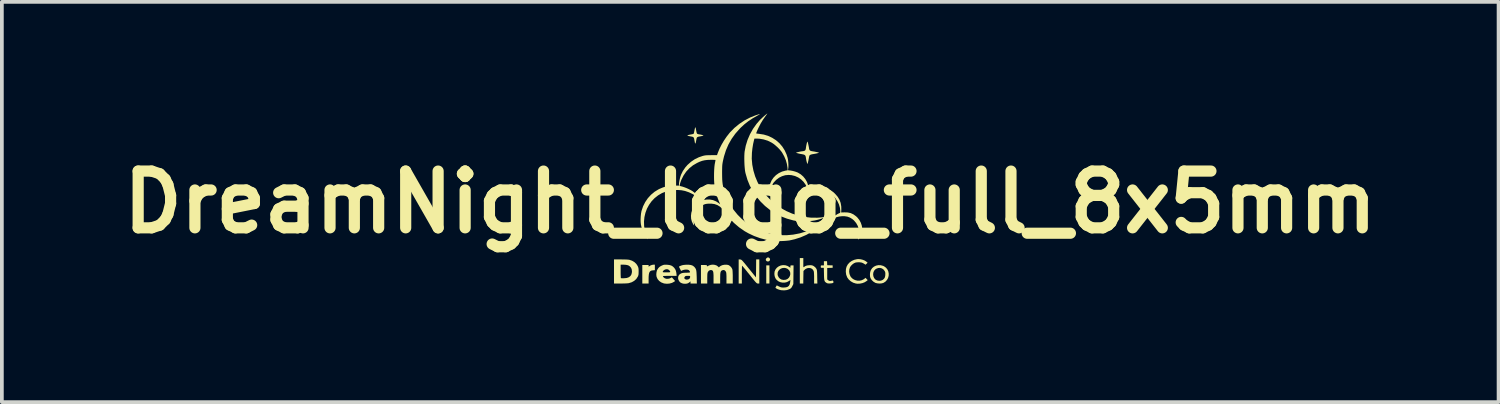
<source format=kicad_pcb>
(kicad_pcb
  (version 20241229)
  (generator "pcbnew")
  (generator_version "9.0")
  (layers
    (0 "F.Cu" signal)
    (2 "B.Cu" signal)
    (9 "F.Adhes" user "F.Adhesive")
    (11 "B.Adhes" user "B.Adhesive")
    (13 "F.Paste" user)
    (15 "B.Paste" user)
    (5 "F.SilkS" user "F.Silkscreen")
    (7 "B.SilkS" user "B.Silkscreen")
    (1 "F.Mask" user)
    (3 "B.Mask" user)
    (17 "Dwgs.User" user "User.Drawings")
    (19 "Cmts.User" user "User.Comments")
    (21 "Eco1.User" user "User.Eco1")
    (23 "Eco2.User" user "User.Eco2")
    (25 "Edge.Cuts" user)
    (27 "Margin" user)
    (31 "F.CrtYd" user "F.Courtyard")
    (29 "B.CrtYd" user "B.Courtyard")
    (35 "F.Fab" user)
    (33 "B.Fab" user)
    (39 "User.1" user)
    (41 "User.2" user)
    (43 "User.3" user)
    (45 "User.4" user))
  (footprint "DreamNight_logo_full_8x5mm"
    (layer "F.Cu")
    (at 17.098 2.379)
    (property "Reference" "DreamNight_logo_full_8x5mm" (at 0 0 0) (layer "F.SilkS") (effects (font (size 1.524 1.524) (thickness 0.3))))
    (attr board_only exclude_from_pos_files exclude_from_bom)
    (fp_poly (pts (xy 0.516 2.185) (xy 0.431 2.185) (xy 0.431 1.698) (xy 0.516 1.698)) (stroke (width 0) (type solid)) (fill yes) (layer "F.SilkS"))
    (fp_poly (pts (xy 0.516 1.501) (xy 0.532 1.527) (xy 0.531 1.554) (xy 0.52 1.574) (xy 0.498 1.59) (xy 0.47 1.594) (xy 0.442 1.585) (xy 0.439 1.583) (xy 0.42 1.558) (xy 0.419 1.532) (xy 0.435 1.506) (xy 0.464 1.486) (xy 0.491 1.485)) (stroke (width 0) (type solid)) (fill yes) (layer "F.SilkS"))
    (fp_poly (pts (xy -2.561 1.827) (xy -2.613 1.831) (xy -2.65 1.837) (xy -2.678 1.849) (xy -2.699 1.87) (xy -2.714 1.901) (xy -2.723 1.944) (xy -2.728 2.002) (xy -2.729 2.071) (xy -2.729 2.185) (xy -2.898 2.185) (xy -2.898 1.688) (xy -2.729 1.688) (xy -2.729 1.713) (xy -2.728 1.73) (xy -2.722 1.731) (xy -2.713 1.723) (xy -2.681 1.702) (xy -2.64 1.686) (xy -2.599 1.679) (xy -2.594 1.679) (xy -2.561 1.679)) (stroke (width 0) (type solid)) (fill yes) (layer "F.SilkS"))
    (fp_poly (pts (xy -0.27 1.54) (xy -0.259 1.541) (xy -0.249 1.543) (xy -0.239 1.549) (xy -0.226 1.558) (xy -0.211 1.573) (xy -0.19 1.596) (xy -0.164 1.627) (xy -0.129 1.669) (xy -0.086 1.722) (xy -0.038 1.782) (xy 0.155 2.021) (xy 0.16 1.538) (xy 0.244 1.538) (xy 0.244 2.185) (xy 0.208 2.185) (xy 0.198 2.185) (xy 0.189 2.183) (xy 0.179 2.178) (xy 0.167 2.169) (xy 0.151 2.153) (xy 0.13 2.13) (xy 0.103 2.097) (xy 0.068 2.055) (xy 0.024 2) (xy -0.019 1.946) (xy -0.066 1.889) (xy -0.108 1.836) (xy -0.146 1.79) (xy -0.177 1.753) (xy -0.201 1.725) (xy -0.215 1.71) (xy -0.218 1.707) (xy -0.22 1.716) (xy -0.222 1.741) (xy -0.223 1.78) (xy -0.224 1.831) (xy -0.225 1.89) (xy -0.225 1.946) (xy -0.225 2.185) (xy -0.31 2.185) (xy -0.31 1.537)) (stroke (width 0) (type solid)) (fill yes) (layer "F.SilkS"))
    (fp_poly (pts (xy 2.068 1.693) (xy 2.141 1.696) (xy 2.214 1.698) (xy 2.214 1.763) (xy 2.141 1.765) (xy 2.068 1.768) (xy 2.068 2.075) (xy 2.096 2.098) (xy 2.12 2.113) (xy 2.148 2.117) (xy 2.185 2.111) (xy 2.2 2.106) (xy 2.216 2.106) (xy 2.228 2.119) (xy 2.231 2.125) (xy 2.237 2.149) (xy 2.23 2.165) (xy 2.207 2.176) (xy 2.168 2.182) (xy 2.145 2.183) (xy 2.106 2.184) (xy 2.078 2.181) (xy 2.057 2.173) (xy 2.048 2.168) (xy 2.026 2.153) (xy 2.01 2.138) (xy 1.999 2.12) (xy 1.991 2.095) (xy 1.986 2.061) (xy 1.983 2.016) (xy 1.981 1.955) (xy 1.981 1.93) (xy 1.977 1.763) (xy 1.936 1.763) (xy 1.91 1.763) (xy 1.898 1.758) (xy 1.895 1.744) (xy 1.895 1.731) (xy 1.896 1.71) (xy 1.902 1.701) (xy 1.918 1.698) (xy 1.937 1.698) (xy 1.979 1.698) (xy 1.979 1.585) (xy 2.063 1.585)) (stroke (width 0) (type solid)) (fill yes) (layer "F.SilkS"))
    (fp_poly (pts (xy 1.426 1.629) (xy 1.426 1.68) (xy 1.426 1.715) (xy 1.428 1.736) (xy 1.431 1.746) (xy 1.435 1.747) (xy 1.442 1.743) (xy 1.442 1.743) (xy 1.482 1.715) (xy 1.529 1.7) (xy 1.587 1.694) (xy 1.595 1.694) (xy 1.635 1.694) (xy 1.664 1.698) (xy 1.688 1.708) (xy 1.707 1.718) (xy 1.747 1.75) (xy 1.773 1.784) (xy 1.781 1.799) (xy 1.787 1.813) (xy 1.791 1.831) (xy 1.794 1.855) (xy 1.796 1.887) (xy 1.798 1.931) (xy 1.799 1.991) (xy 1.799 2.005) (xy 1.803 2.185) (xy 1.716 2.185) (xy 1.716 2.042) (xy 1.716 1.989) (xy 1.714 1.94) (xy 1.712 1.899) (xy 1.709 1.87) (xy 1.708 1.863) (xy 1.69 1.822) (xy 1.659 1.791) (xy 1.621 1.773) (xy 1.577 1.767) (xy 1.531 1.774) (xy 1.488 1.794) (xy 1.464 1.814) (xy 1.43 1.848) (xy 1.427 2.017) (xy 1.425 2.185) (xy 1.332 2.185) (xy 1.332 1.501) (xy 1.426 1.501)) (stroke (width 0) (type solid)) (fill yes) (layer "F.SilkS"))
    (fp_poly (pts (xy 2.967 1.534) (xy 3.023 1.548) (xy 3.075 1.569) (xy 3.115 1.594) (xy 3.118 1.597) (xy 3.153 1.627) (xy 3.098 1.68) (xy 3.049 1.649) (xy 3.015 1.631) (xy 2.984 1.621) (xy 2.946 1.616) (xy 2.934 1.615) (xy 2.894 1.615) (xy 2.853 1.618) (xy 2.827 1.623) (xy 2.786 1.641) (xy 2.744 1.672) (xy 2.706 1.71) (xy 2.681 1.747) (xy 2.662 1.805) (xy 2.657 1.868) (xy 2.667 1.931) (xy 2.69 1.989) (xy 2.711 2.019) (xy 2.758 2.063) (xy 2.814 2.092) (xy 2.876 2.108) (xy 2.939 2.109) (xy 2.999 2.096) (xy 3.055 2.067) (xy 3.068 2.056) (xy 3.097 2.032) (xy 3.126 2.063) (xy 3.156 2.093) (xy 3.123 2.12) (xy 3.074 2.151) (xy 3.014 2.174) (xy 2.947 2.188) (xy 2.881 2.191) (xy 2.835 2.185) (xy 2.765 2.163) (xy 2.701 2.126) (xy 2.647 2.079) (xy 2.607 2.024) (xy 2.603 2.016) (xy 2.577 1.947) (xy 2.567 1.871) (xy 2.571 1.795) (xy 2.588 1.732) (xy 2.621 1.672) (xy 2.668 1.62) (xy 2.728 1.578) (xy 2.796 1.548) (xy 2.87 1.531) (xy 2.913 1.529)) (stroke (width 0) (type solid)) (fill yes) (layer "F.SilkS"))
    (fp_poly (pts (xy -1.467 -2.001) (xy -1.461 -1.976) (xy -1.455 -1.943) (xy -1.454 -1.939) (xy -1.446 -1.893) (xy -1.438 -1.861) (xy -1.429 -1.842) (xy -1.416 -1.831) (xy -1.398 -1.826) (xy -1.391 -1.824) (xy -1.338 -1.815) (xy -1.297 -1.806) (xy -1.269 -1.798) (xy -1.257 -1.792) (xy -1.257 -1.791) (xy -1.265 -1.785) (xy -1.287 -1.779) (xy -1.311 -1.773) (xy -1.36 -1.764) (xy -1.395 -1.757) (xy -1.417 -1.748) (xy -1.431 -1.735) (xy -1.44 -1.715) (xy -1.446 -1.684) (xy -1.454 -1.641) (xy -1.462 -1.6) (xy -1.47 -1.578) (xy -1.477 -1.574) (xy -1.484 -1.588) (xy -1.486 -1.596) (xy -1.491 -1.624) (xy -1.498 -1.66) (xy -1.501 -1.678) (xy -1.509 -1.716) (xy -1.521 -1.739) (xy -1.539 -1.752) (xy -1.565 -1.759) (xy -1.613 -1.768) (xy -1.652 -1.776) (xy -1.678 -1.785) (xy -1.688 -1.791) (xy -1.688 -1.792) (xy -1.68 -1.798) (xy -1.658 -1.804) (xy -1.634 -1.81) (xy -1.598 -1.817) (xy -1.564 -1.823) (xy -1.548 -1.827) (xy -1.535 -1.83) (xy -1.525 -1.833) (xy -1.518 -1.841) (xy -1.512 -1.855) (xy -1.506 -1.88) (xy -1.499 -1.918) (xy -1.491 -1.958) (xy -1.484 -1.987) (xy -1.477 -2.006) (xy -1.472 -2.012)) (stroke (width 0) (type solid)) (fill yes) (layer "F.SilkS"))
    (fp_poly (pts (xy 3.505 1.694) (xy 3.569 1.711) (xy 3.596 1.724) (xy 3.647 1.761) (xy 3.685 1.808) (xy 3.709 1.862) (xy 3.72 1.92) (xy 3.718 1.979) (xy 3.702 2.037) (xy 3.673 2.089) (xy 3.632 2.134) (xy 3.578 2.168) (xy 3.532 2.181) (xy 3.477 2.186) (xy 3.42 2.182) (xy 3.368 2.17) (xy 3.353 2.163) (xy 3.304 2.132) (xy 3.261 2.089) (xy 3.231 2.041) (xy 3.229 2.037) (xy 3.217 1.989) (xy 3.216 1.944) (xy 3.301 1.944) (xy 3.309 1.995) (xy 3.329 2.041) (xy 3.362 2.078) (xy 3.369 2.083) (xy 3.412 2.104) (xy 3.462 2.112) (xy 3.511 2.108) (xy 3.555 2.09) (xy 3.562 2.085) (xy 3.595 2.056) (xy 3.615 2.023) (xy 3.625 1.982) (xy 3.628 1.951) (xy 3.629 1.913) (xy 3.626 1.886) (xy 3.617 1.862) (xy 3.61 1.848) (xy 3.577 1.806) (xy 3.535 1.779) (xy 3.486 1.766) (xy 3.436 1.769) (xy 3.386 1.788) (xy 3.356 1.808) (xy 3.325 1.846) (xy 3.306 1.893) (xy 3.301 1.944) (xy 3.216 1.944) (xy 3.215 1.933) (xy 3.223 1.876) (xy 3.24 1.825) (xy 3.241 1.823) (xy 3.276 1.771) (xy 3.323 1.732) (xy 3.379 1.705) (xy 3.441 1.692)) (stroke (width 0) (type solid)) (fill yes) (layer "F.SilkS"))
    (fp_poly (pts (xy -3.473 1.538) (xy -3.413 1.539) (xy -3.357 1.54) (xy -3.308 1.542) (xy -3.27 1.545) (xy -3.248 1.548) (xy -3.247 1.548) (xy -3.173 1.573) (xy -3.108 1.612) (xy -3.056 1.663) (xy -3.023 1.714) (xy -3.011 1.742) (xy -3.003 1.766) (xy -2.999 1.793) (xy -2.997 1.829) (xy -2.997 1.862) (xy -2.998 1.909) (xy -3 1.942) (xy -3.006 1.968) (xy -3.015 1.992) (xy -3.019 2) (xy -3.06 2.063) (xy -3.115 2.113) (xy -3.182 2.151) (xy -3.26 2.175) (xy -3.264 2.176) (xy -3.289 2.179) (xy -3.33 2.182) (xy -3.381 2.184) (xy -3.438 2.185) (xy -3.486 2.185) (xy -3.658 2.185) (xy -3.658 1.679) (xy -3.48 1.679) (xy -3.48 1.856) (xy -3.48 1.911) (xy -3.479 1.961) (xy -3.477 2) (xy -3.476 2.027) (xy -3.474 2.038) (xy -3.474 2.039) (xy -3.46 2.043) (xy -3.433 2.045) (xy -3.397 2.044) (xy -3.359 2.041) (xy -3.323 2.037) (xy -3.311 2.035) (xy -3.257 2.015) (xy -3.216 1.983) (xy -3.189 1.938) (xy -3.177 1.882) (xy -3.176 1.862) (xy -3.182 1.807) (xy -3.2 1.763) (xy -3.232 1.726) (xy -3.236 1.723) (xy -3.268 1.701) (xy -3.308 1.688) (xy -3.358 1.681) (xy -3.407 1.679) (xy -3.48 1.679) (xy -3.658 1.679) (xy -3.658 1.538)) (stroke (width 0) (type solid)) (fill yes) (layer "F.SilkS"))
    (fp_poly (pts (xy 1.538 -1.626) (xy 1.544 -1.613) (xy 1.552 -1.586) (xy 1.56 -1.549) (xy 1.569 -1.507) (xy 1.577 -1.465) (xy 1.58 -1.442) (xy 1.588 -1.41) (xy 1.603 -1.389) (xy 1.628 -1.375) (xy 1.668 -1.367) (xy 1.679 -1.365) (xy 1.717 -1.359) (xy 1.762 -1.35) (xy 1.791 -1.344) (xy 1.851 -1.329) (xy 1.817 -1.317) (xy 1.791 -1.31) (xy 1.754 -1.302) (xy 1.714 -1.295) (xy 1.71 -1.294) (xy 1.66 -1.286) (xy 1.625 -1.276) (xy 1.603 -1.265) (xy 1.59 -1.249) (xy 1.584 -1.229) (xy 1.579 -1.204) (xy 1.572 -1.168) (xy 1.564 -1.127) (xy 1.561 -1.114) (xy 1.553 -1.077) (xy 1.546 -1.047) (xy 1.54 -1.03) (xy 1.538 -1.027) (xy 1.533 -1.033) (xy 1.525 -1.053) (xy 1.517 -1.081) (xy 1.507 -1.123) (xy 1.499 -1.169) (xy 1.496 -1.193) (xy 1.489 -1.228) (xy 1.478 -1.253) (xy 1.459 -1.269) (xy 1.427 -1.281) (xy 1.381 -1.29) (xy 1.377 -1.291) (xy 1.335 -1.298) (xy 1.296 -1.307) (xy 1.266 -1.315) (xy 1.262 -1.316) (xy 1.226 -1.329) (xy 1.281 -1.344) (xy 1.324 -1.354) (xy 1.37 -1.363) (xy 1.393 -1.366) (xy 1.436 -1.372) (xy 1.465 -1.382) (xy 1.482 -1.399) (xy 1.491 -1.426) (xy 1.495 -1.45) (xy 1.501 -1.492) (xy 1.509 -1.534) (xy 1.517 -1.572) (xy 1.525 -1.602) (xy 1.533 -1.622) (xy 1.538 -1.626)) (stroke (width 0) (type solid)) (fill yes) (layer "F.SilkS"))
    (fp_poly (pts (xy -2.251 1.68) (xy -2.234 1.681) (xy -2.171 1.688) (xy -2.122 1.702) (xy -2.081 1.726) (xy -2.045 1.76) (xy -2.015 1.801) (xy -1.996 1.844) (xy -1.984 1.898) (xy -1.982 1.919) (xy -1.976 1.979) (xy -2.161 1.979) (xy -2.217 1.979) (xy -2.267 1.981) (xy -2.306 1.982) (xy -2.333 1.984) (xy -2.345 1.987) (xy -2.345 1.987) (xy -2.34 2) (xy -2.327 2.018) (xy -2.326 2.02) (xy -2.295 2.044) (xy -2.255 2.058) (xy -2.209 2.059) (xy -2.162 2.049) (xy -2.134 2.035) (xy -2.105 2.018) (xy -2.061 2.068) (xy -2.017 2.118) (xy -2.044 2.138) (xy -2.101 2.168) (xy -2.167 2.186) (xy -2.237 2.192) (xy -2.307 2.185) (xy -2.326 2.18) (xy -2.392 2.154) (xy -2.446 2.115) (xy -2.488 2.065) (xy -2.514 2.007) (xy -2.515 2.003) (xy -2.522 1.953) (xy -2.519 1.897) (xy -2.514 1.875) (xy -2.349 1.875) (xy -2.345 1.88) (xy -2.333 1.883) (xy -2.311 1.885) (xy -2.274 1.885) (xy -2.25 1.885) (xy -2.205 1.885) (xy -2.175 1.884) (xy -2.157 1.881) (xy -2.149 1.876) (xy -2.148 1.871) (xy -2.154 1.855) (xy -2.17 1.834) (xy -2.175 1.828) (xy -2.199 1.81) (xy -2.224 1.802) (xy -2.245 1.801) (xy -2.284 1.808) (xy -2.318 1.826) (xy -2.341 1.852) (xy -2.348 1.866) (xy -2.349 1.875) (xy -2.514 1.875) (xy -2.508 1.844) (xy -2.492 1.808) (xy -2.466 1.769) (xy -2.436 1.74) (xy -2.398 1.715) (xy -2.37 1.702) (xy -2.34 1.689) (xy -2.315 1.682) (xy -2.288 1.68)) (stroke (width 0) (type solid)) (fill yes) (layer "F.SilkS"))
    (fp_poly (pts (xy -0.948 1.685) (xy -0.899 1.703) (xy -0.86 1.733) (xy -0.86 1.733) (xy -0.843 1.752) (xy -0.824 1.734) (xy -0.787 1.708) (xy -0.738 1.689) (xy -0.683 1.68) (xy -0.629 1.68) (xy -0.582 1.69) (xy -0.579 1.692) (xy -0.544 1.714) (xy -0.511 1.748) (xy -0.487 1.787) (xy -0.479 1.808) (xy -0.476 1.828) (xy -0.473 1.864) (xy -0.471 1.911) (xy -0.469 1.965) (xy -0.469 2.014) (xy -0.469 2.185) (xy -0.638 2.185) (xy -0.638 2.042) (xy -0.638 1.984) (xy -0.64 1.941) (xy -0.642 1.91) (xy -0.646 1.888) (xy -0.652 1.87) (xy -0.654 1.867) (xy -0.678 1.836) (xy -0.708 1.822) (xy -0.744 1.827) (xy -0.75 1.829) (xy -0.77 1.839) (xy -0.784 1.853) (xy -0.794 1.873) (xy -0.801 1.902) (xy -0.805 1.943) (xy -0.806 1.998) (xy -0.807 2.04) (xy -0.807 2.185) (xy -0.985 2.185) (xy -0.985 2.035) (xy -0.985 1.968) (xy -0.988 1.917) (xy -0.992 1.88) (xy -1 1.855) (xy -1.011 1.838) (xy -1.027 1.829) (xy -1.041 1.824) (xy -1.078 1.825) (xy -1.111 1.842) (xy -1.137 1.874) (xy -1.137 1.876) (xy -1.144 1.893) (xy -1.149 1.914) (xy -1.152 1.944) (xy -1.153 1.984) (xy -1.154 2.04) (xy -1.154 2.047) (xy -1.154 2.185) (xy -1.323 2.185) (xy -1.323 1.688) (xy -1.243 1.688) (xy -1.204 1.689) (xy -1.18 1.69) (xy -1.168 1.694) (xy -1.164 1.701) (xy -1.163 1.707) (xy -1.163 1.719) (xy -1.158 1.724) (xy -1.147 1.721) (xy -1.124 1.709) (xy -1.111 1.702) (xy -1.059 1.684) (xy -1.003 1.678)) (stroke (width 0) (type solid)) (fill yes) (layer "F.SilkS"))
    (fp_poly (pts (xy -1.593 1.688) (xy -1.548 1.704) (xy -1.512 1.729) (xy -1.503 1.738) (xy -1.483 1.76) (xy -1.468 1.783) (xy -1.456 1.809) (xy -1.448 1.842) (xy -1.443 1.884) (xy -1.44 1.938) (xy -1.437 2.008) (xy -1.437 2.014) (xy -1.433 2.185) (xy -1.604 2.185) (xy -1.604 2.126) (xy -1.631 2.152) (xy -1.672 2.179) (xy -1.724 2.192) (xy -1.782 2.191) (xy -1.831 2.18) (xy -1.874 2.159) (xy -1.906 2.126) (xy -1.928 2.086) (xy -1.937 2.043) (xy -1.935 2.022) (xy -1.769 2.022) (xy -1.769 2.045) (xy -1.756 2.063) (xy -1.733 2.076) (xy -1.704 2.081) (xy -1.671 2.076) (xy -1.651 2.069) (xy -1.626 2.05) (xy -1.615 2.023) (xy -1.613 2.002) (xy -1.614 1.99) (xy -1.621 1.983) (xy -1.637 1.98) (xy -1.666 1.979) (xy -1.674 1.979) (xy -1.711 1.98) (xy -1.735 1.985) (xy -1.751 1.995) (xy -1.754 1.998) (xy -1.769 2.022) (xy -1.935 2.022) (xy -1.933 2) (xy -1.915 1.96) (xy -1.894 1.938) (xy -1.865 1.919) (xy -1.831 1.905) (xy -1.787 1.898) (xy -1.729 1.895) (xy -1.71 1.895) (xy -1.672 1.894) (xy -1.641 1.891) (xy -1.622 1.888) (xy -1.618 1.886) (xy -1.618 1.869) (xy -1.628 1.848) (xy -1.645 1.829) (xy -1.657 1.821) (xy -1.691 1.812) (xy -1.734 1.811) (xy -1.779 1.817) (xy -1.817 1.829) (xy -1.857 1.847) (xy -1.885 1.791) (xy -1.9 1.763) (xy -1.91 1.741) (xy -1.913 1.732) (xy -1.906 1.727) (xy -1.885 1.716) (xy -1.864 1.707) (xy -1.83 1.695) (xy -1.791 1.687) (xy -1.74 1.682) (xy -1.72 1.681) (xy -1.649 1.681)) (stroke (width 0) (type solid)) (fill yes) (layer "F.SilkS"))
    (fp_poly (pts (xy 0.94 1.694) (xy 0.999 1.712) (xy 1.041 1.736) (xy 1.079 1.763) (xy 1.079 1.731) (xy 1.08 1.711) (xy 1.086 1.701) (xy 1.102 1.698) (xy 1.122 1.698) (xy 1.164 1.698) (xy 1.161 1.949) (xy 1.158 2.2) (xy 1.13 2.256) (xy 1.112 2.289) (xy 1.094 2.311) (xy 1.07 2.328) (xy 1.05 2.338) (xy 0.989 2.36) (xy 0.918 2.369) (xy 0.844 2.366) (xy 0.81 2.36) (xy 0.774 2.35) (xy 0.742 2.339) (xy 0.726 2.332) (xy 0.697 2.316) (xy 0.682 2.304) (xy 0.679 2.293) (xy 0.686 2.278) (xy 0.693 2.268) (xy 0.713 2.235) (xy 0.771 2.264) (xy 0.806 2.28) (xy 0.837 2.289) (xy 0.872 2.293) (xy 0.9 2.293) (xy 0.961 2.288) (xy 1.007 2.273) (xy 1.04 2.245) (xy 1.062 2.203) (xy 1.074 2.147) (xy 1.074 2.144) (xy 1.081 2.089) (xy 1.04 2.118) (xy 0.986 2.147) (xy 0.926 2.161) (xy 0.865 2.161) (xy 0.805 2.148) (xy 0.751 2.122) (xy 0.706 2.084) (xy 0.676 2.042) (xy 0.656 1.986) (xy 0.65 1.938) (xy 0.735 1.938) (xy 0.74 1.968) (xy 0.763 2.017) (xy 0.798 2.055) (xy 0.843 2.08) (xy 0.896 2.089) (xy 0.954 2.083) (xy 0.959 2.082) (xy 1.004 2.061) (xy 1.04 2.027) (xy 1.064 1.985) (xy 1.076 1.939) (xy 1.074 1.891) (xy 1.056 1.846) (xy 1.043 1.828) (xy 1.004 1.792) (xy 0.959 1.772) (xy 0.912 1.765) (xy 0.865 1.77) (xy 0.822 1.786) (xy 0.785 1.813) (xy 0.756 1.847) (xy 0.738 1.89) (xy 0.735 1.938) (xy 0.65 1.938) (xy 0.649 1.924) (xy 0.654 1.867) (xy 0.656 1.861) (xy 0.68 1.805) (xy 0.717 1.76) (xy 0.765 1.725) (xy 0.82 1.701) (xy 0.88 1.691)) (stroke (width 0) (type solid)) (fill yes) (layer "F.SilkS"))
    (fp_poly (pts (xy 0.258 -2.363) (xy 0.247 -2.355) (xy 0.221 -2.339) (xy 0.188 -2.321) (xy 0.061 -2.248) (xy -0.052 -2.173) (xy -0.155 -2.092) (xy -0.252 -2.003) (xy -0.286 -1.968) (xy -0.402 -1.836) (xy -0.501 -1.697) (xy -0.584 -1.55) (xy -0.652 -1.393) (xy -0.705 -1.225) (xy -0.728 -1.125) (xy -0.737 -1.084) (xy -0.743 -1.049) (xy -0.748 -1.016) (xy -0.751 -0.982) (xy -0.753 -0.943) (xy -0.754 -0.896) (xy -0.755 -0.836) (xy -0.755 -0.774) (xy -0.754 -0.684) (xy -0.752 -0.608) (xy -0.747 -0.543) (xy -0.74 -0.484) (xy -0.729 -0.426) (xy -0.714 -0.366) (xy -0.694 -0.299) (xy -0.678 -0.249) (xy -0.616 -0.087) (xy -0.539 0.065) (xy -0.446 0.207) (xy -0.339 0.338) (xy -0.219 0.458) (xy -0.086 0.564) (xy 0.058 0.658) (xy 0.214 0.737) (xy 0.379 0.801) (xy 0.46 0.826) (xy 0.631 0.865) (xy 0.804 0.886) (xy 0.979 0.888) (xy 1.154 0.872) (xy 1.327 0.839) (xy 1.498 0.788) (xy 1.666 0.72) (xy 1.83 0.634) (xy 1.895 0.594) (xy 1.974 0.544) (xy 1.904 0.61) (xy 1.783 0.711) (xy 1.649 0.801) (xy 1.505 0.88) (xy 1.352 0.946) (xy 1.195 0.996) (xy 1.055 1.028) (xy 1.004 1.034) (xy 0.94 1.04) (xy 0.869 1.044) (xy 0.794 1.046) (xy 0.722 1.047) (xy 0.658 1.045) (xy 0.606 1.041) (xy 0.6 1.041) (xy 0.434 1.012) (xy 0.268 0.968) (xy 0.107 0.91) (xy -0.044 0.839) (xy -0.147 0.781) (xy -0.299 0.676) (xy -0.436 0.559) (xy -0.56 0.43) (xy -0.669 0.288) (xy -0.688 0.26) (xy -0.748 0.182) (xy -0.811 0.122) (xy -0.881 0.079) (xy -0.958 0.052) (xy -1.043 0.04) (xy -1.108 0.04) (xy -1.154 0.043) (xy -1.189 0.048) (xy -1.22 0.056) (xy -1.253 0.07) (xy -1.27 0.078) (xy -1.347 0.124) (xy -1.411 0.184) (xy -1.462 0.255) (xy -1.498 0.335) (xy -1.511 0.383) (xy -1.515 0.421) (xy -1.517 0.47) (xy -1.516 0.524) (xy -1.512 0.574) (xy -1.506 0.614) (xy -1.505 0.619) (xy -1.506 0.625) (xy -1.515 0.616) (xy -1.532 0.593) (xy -1.533 0.592) (xy -1.567 0.522) (xy -1.587 0.446) (xy -1.591 0.366) (xy -1.581 0.286) (xy -1.557 0.208) (xy -1.52 0.136) (xy -1.471 0.071) (xy -1.419 0.025) (xy -1.339 -0.023) (xy -1.255 -0.055) (xy -1.168 -0.071) (xy -1.081 -0.07) (xy -0.997 -0.054) (xy -0.917 -0.021) (xy -0.848 0.024) (xy -0.806 0.059) (xy -0.84 -0.02) (xy -0.871 -0.1) (xy -0.901 -0.192) (xy -0.928 -0.287) (xy -0.949 -0.378) (xy -0.953 -0.399) (xy -0.961 -0.456) (xy -0.967 -0.527) (xy -0.971 -0.608) (xy -0.972 -0.693) (xy -0.971 -0.779) (xy -0.968 -0.862) (xy -0.963 -0.938) (xy -0.956 -1.001) (xy -0.95 -1.036) (xy -0.942 -1.075) (xy -0.936 -1.107) (xy -0.933 -1.128) (xy -0.933 -1.133) (xy -0.944 -1.135) (xy -0.969 -1.136) (xy -1.006 -1.137) (xy -1.051 -1.137) (xy -1.062 -1.137) (xy -1.148 -1.134) (xy -1.223 -1.125) (xy -1.292 -1.109) (xy -1.363 -1.083) (xy -1.43 -1.051) (xy -1.537 -0.989) (xy -1.634 -0.911) (xy -1.719 -0.82) (xy -1.79 -0.717) (xy -1.847 -0.604) (xy -1.857 -0.58) (xy -1.871 -0.541) (xy -1.883 -0.504) (xy -1.89 -0.475) (xy -1.891 -0.472) (xy -1.896 -0.436) (xy -1.828 -0.419) (xy -1.775 -0.402) (xy -1.714 -0.379) (xy -1.652 -0.351) (xy -1.593 -0.321) (xy -1.546 -0.293) (xy -1.544 -0.291) (xy -1.484 -0.245) (xy -1.424 -0.189) (xy -1.373 -0.131) (xy -1.351 -0.102) (xy -1.31 -0.042) (xy -1.356 -0.085) (xy -1.441 -0.153) (xy -1.54 -0.214) (xy -1.644 -0.264) (xy -1.749 -0.3) (xy -1.843 -0.319) (xy -1.945 -0.327) (xy -2.05 -0.325) (xy -2.153 -0.313) (xy -2.245 -0.292) (xy -2.254 -0.289) (xy -2.37 -0.243) (xy -2.474 -0.182) (xy -2.568 -0.108) (xy -2.649 -0.023) (xy -2.717 0.072) (xy -2.773 0.175) (xy -2.814 0.286) (xy -2.841 0.402) (xy -2.853 0.522) (xy -2.849 0.645) (xy -2.829 0.769) (xy -2.792 0.893) (xy -2.772 0.944) (xy -2.748 0.999) (xy -2.772 0.971) (xy -2.817 0.909) (xy -2.858 0.834) (xy -2.894 0.752) (xy -2.921 0.667) (xy -2.936 0.598) (xy -2.943 0.533) (xy -2.944 0.458) (xy -2.94 0.379) (xy -2.932 0.303) (xy -2.92 0.238) (xy -2.918 0.232) (xy -2.877 0.111) (xy -2.82 -0.002) (xy -2.749 -0.106) (xy -2.664 -0.199) (xy -2.568 -0.279) (xy -2.462 -0.344) (xy -2.438 -0.356) (xy -2.34 -0.397) (xy -2.242 -0.425) (xy -2.139 -0.44) (xy -2.042 -0.444) (xy -1.913 -0.445) (xy -1.913 -0.479) (xy -1.91 -0.521) (xy -1.902 -0.573) (xy -1.89 -0.63) (xy -1.876 -0.684) (xy -1.86 -0.73) (xy -1.86 -0.732) (xy -1.808 -0.838) (xy -1.742 -0.934) (xy -1.684 -1) (xy -1.59 -1.084) (xy -1.49 -1.152) (xy -1.381 -1.205) (xy -1.279 -1.24) (xy -1.248 -1.248) (xy -1.219 -1.254) (xy -1.187 -1.258) (xy -1.148 -1.26) (xy -1.098 -1.261) (xy -1.049 -1.262) (xy -0.892 -1.262) (xy -0.867 -1.332) (xy -0.825 -1.434) (xy -0.771 -1.541) (xy -0.708 -1.649) (xy -0.638 -1.753) (xy -0.564 -1.848) (xy -0.541 -1.876) (xy -0.423 -1.995) (xy -0.292 -2.102) (xy -0.151 -2.196) (xy -0.001 -2.274) (xy 0.136 -2.329) (xy 0.192 -2.347) (xy 0.231 -2.36) (xy 0.252 -2.365)) (stroke (width 0) (type solid)) (fill yes) (layer "F.SilkS"))
    (fp_poly (pts (xy 0.454 -2.37) (xy 0.44 -2.35) (xy 0.419 -2.321) (xy 0.4 -2.295) (xy 0.342 -2.212) (xy 0.284 -2.117) (xy 0.232 -2.017) (xy 0.197 -1.943) (xy 0.181 -1.906) (xy 0.169 -1.875) (xy 0.161 -1.854) (xy 0.159 -1.849) (xy 0.168 -1.844) (xy 0.191 -1.84) (xy 0.224 -1.836) (xy 0.24 -1.834) (xy 0.364 -1.815) (xy 0.481 -1.78) (xy 0.591 -1.728) (xy 0.692 -1.663) (xy 0.783 -1.584) (xy 0.861 -1.493) (xy 0.926 -1.391) (xy 0.976 -1.28) (xy 1.005 -1.187) (xy 1.016 -1.128) (xy 1.023 -1.062) (xy 1.026 -0.996) (xy 1.025 -0.936) (xy 1.019 -0.889) (xy 1.016 -0.866) (xy 1.019 -0.856) (xy 1.033 -0.854) (xy 1.04 -0.854) (xy 1.087 -0.849) (xy 1.144 -0.838) (xy 1.204 -0.822) (xy 1.26 -0.802) (xy 1.282 -0.792) (xy 1.358 -0.746) (xy 1.425 -0.687) (xy 1.481 -0.617) (xy 1.525 -0.54) (xy 1.553 -0.458) (xy 1.566 -0.374) (xy 1.566 -0.359) (xy 1.567 -0.334) (xy 1.569 -0.32) (xy 1.57 -0.319) (xy 1.58 -0.323) (xy 1.601 -0.333) (xy 1.62 -0.342) (xy 1.692 -0.372) (xy 1.765 -0.39) (xy 1.848 -0.397) (xy 1.871 -0.397) (xy 1.972 -0.39) (xy 2.065 -0.366) (xy 2.152 -0.326) (xy 2.233 -0.268) (xy 2.279 -0.225) (xy 2.347 -0.147) (xy 2.397 -0.065) (xy 2.429 0.021) (xy 2.445 0.115) (xy 2.447 0.188) (xy 2.443 0.277) (xy 2.53 0.274) (xy 2.619 0.277) (xy 2.699 0.294) (xy 2.772 0.328) (xy 2.842 0.379) (xy 2.878 0.413) (xy 2.93 0.478) (xy 2.97 0.552) (xy 2.997 0.632) (xy 3.009 0.713) (xy 3.005 0.791) (xy 3.004 0.792) (xy 2.987 0.861) (xy 2.959 0.924) (xy 2.924 0.977) (xy 2.917 0.985) (xy 2.9 1.002) (xy 2.893 1.005) (xy 2.894 0.999) (xy 2.919 0.905) (xy 2.925 0.812) (xy 2.915 0.722) (xy 2.888 0.638) (xy 2.845 0.561) (xy 2.787 0.492) (xy 2.741 0.453) (xy 2.677 0.414) (xy 2.61 0.389) (xy 2.535 0.378) (xy 2.469 0.377) (xy 2.39 0.386) (xy 2.322 0.403) (xy 2.259 0.433) (xy 2.223 0.455) (xy 2.198 0.471) (xy 2.181 0.48) (xy 2.176 0.481) (xy 2.181 0.472) (xy 2.194 0.452) (xy 2.209 0.431) (xy 2.242 0.395) (xy 2.285 0.359) (xy 2.333 0.326) (xy 2.379 0.302) (xy 2.387 0.299) (xy 2.407 0.29) (xy 2.417 0.279) (xy 2.42 0.258) (xy 2.42 0.244) (xy 2.41 0.153) (xy 2.384 0.062) (xy 2.343 -0.024) (xy 2.288 -0.104) (xy 2.222 -0.174) (xy 2.147 -0.232) (xy 2.084 -0.266) (xy 1.986 -0.3) (xy 1.888 -0.316) (xy 1.79 -0.313) (xy 1.691 -0.291) (xy 1.597 -0.253) (xy 1.534 -0.216) (xy 1.472 -0.167) (xy 1.414 -0.111) (xy 1.367 -0.053) (xy 1.351 -0.028) (xy 1.335 -0.002) (xy 1.327 0.008) (xy 1.326 0.003) (xy 1.327 -0.005) (xy 1.351 -0.073) (xy 1.392 -0.142) (xy 1.451 -0.213) (xy 1.473 -0.235) (xy 1.554 -0.316) (xy 1.534 -0.372) (xy 1.492 -0.462) (xy 1.436 -0.541) (xy 1.368 -0.609) (xy 1.29 -0.663) (xy 1.203 -0.702) (xy 1.11 -0.725) (xy 1.031 -0.731) (xy 0.94 -0.723) (xy 0.853 -0.696) (xy 0.771 -0.655) (xy 0.697 -0.598) (xy 0.632 -0.529) (xy 0.579 -0.449) (xy 0.54 -0.361) (xy 0.527 -0.329) (xy 0.517 -0.314) (xy 0.511 -0.317) (xy 0.509 -0.337) (xy 0.511 -0.373) (xy 0.515 -0.41) (xy 0.537 -0.5) (xy 0.574 -0.584) (xy 0.627 -0.66) (xy 0.692 -0.726) (xy 0.769 -0.78) (xy 0.855 -0.821) (xy 0.949 -0.847) (xy 0.965 -0.849) (xy 1.006 -0.856) (xy 1.001 -0.927) (xy 0.985 -1.026) (xy 0.956 -1.129) (xy 0.913 -1.23) (xy 0.86 -1.325) (xy 0.84 -1.355) (xy 0.796 -1.409) (xy 0.742 -1.466) (xy 0.682 -1.52) (xy 0.622 -1.568) (xy 0.576 -1.598) (xy 0.471 -1.65) (xy 0.359 -1.685) (xy 0.245 -1.704) (xy 0.182 -1.707) (xy 0.113 -1.707) (xy 0.102 -1.667) (xy 0.078 -1.562) (xy 0.059 -1.445) (xy 0.046 -1.327) (xy 0.041 -1.168) (xy 0.055 -1.007) (xy 0.086 -0.847) (xy 0.133 -0.69) (xy 0.197 -0.537) (xy 0.276 -0.39) (xy 0.36 -0.266) (xy 0.4 -0.216) (xy 0.45 -0.159) (xy 0.507 -0.099) (xy 0.566 -0.041) (xy 0.623 0.011) (xy 0.671 0.052) (xy 0.814 0.152) (xy 0.965 0.237) (xy 1.125 0.307) (xy 1.289 0.36) (xy 1.458 0.397) (xy 1.629 0.416) (xy 1.799 0.418) (xy 1.867 0.414) (xy 1.916 0.409) (xy 1.96 0.405) (xy 1.994 0.4) (xy 2.015 0.397) (xy 2.017 0.397) (xy 2.036 0.393) (xy 2.038 0.395) (xy 2.027 0.401) (xy 2.003 0.411) (xy 1.97 0.424) (xy 1.931 0.437) (xy 1.856 0.461) (xy 1.79 0.479) (xy 1.727 0.493) (xy 1.664 0.502) (xy 1.595 0.507) (xy 1.516 0.51) (xy 1.449 0.51) (xy 1.378 0.51) (xy 1.323 0.509) (xy 1.278 0.507) (xy 1.24 0.504) (xy 1.206 0.499) (xy 1.171 0.493) (xy 1.157 0.49) (xy 0.988 0.443) (xy 0.826 0.381) (xy 0.673 0.302) (xy 0.53 0.209) (xy 0.397 0.102) (xy 0.276 -0.017) (xy 0.167 -0.148) (xy 0.071 -0.29) (xy -0.01 -0.441) (xy -0.075 -0.601) (xy -0.124 -0.769) (xy -0.132 -0.802) (xy -0.141 -0.855) (xy -0.148 -0.923) (xy -0.154 -1) (xy -0.157 -1.082) (xy -0.159 -1.164) (xy -0.158 -1.242) (xy -0.155 -1.31) (xy -0.151 -1.356) (xy -0.12 -1.515) (xy -0.072 -1.671) (xy -0.007 -1.822) (xy 0.073 -1.966) (xy 0.169 -2.101) (xy 0.262 -2.208) (xy 0.288 -2.233) (xy 0.318 -2.262) (xy 0.352 -2.293) (xy 0.385 -2.322) (xy 0.415 -2.347) (xy 0.439 -2.367) (xy 0.455 -2.378) (xy 0.46 -2.379)) (stroke (width 0) (type solid)) (fill yes) (layer "F.SilkS")))
  (gr_rect
    (start -3 -3)
    (end 37.196 7.749)
    (stroke (width 0.1) (type default))
    (fill no)
    (layer "Edge.Cuts")))
</source>
